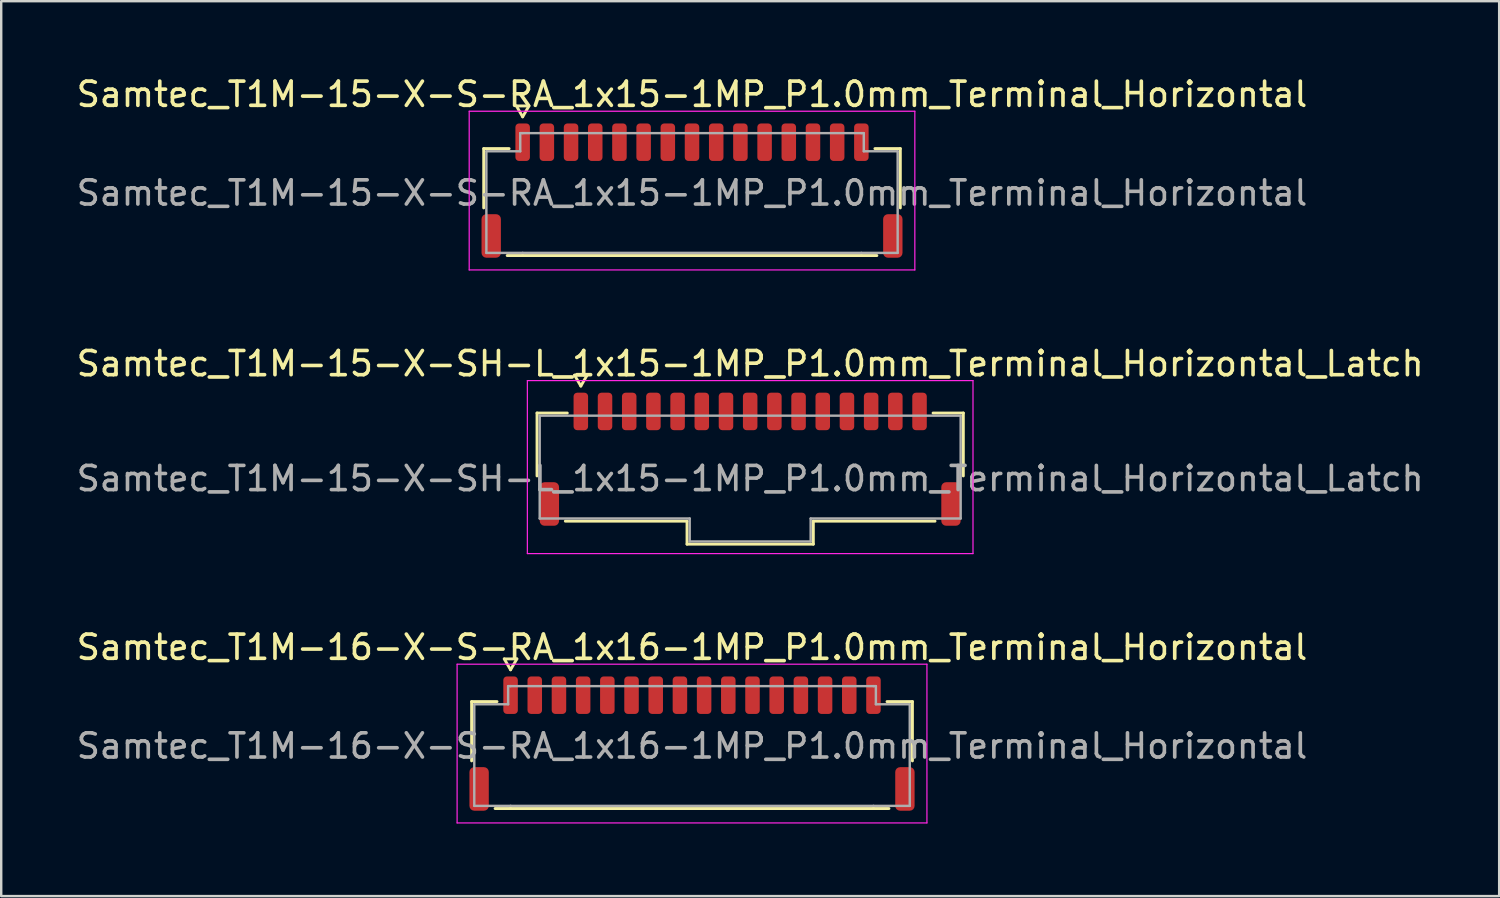
<source format=kicad_pcb>
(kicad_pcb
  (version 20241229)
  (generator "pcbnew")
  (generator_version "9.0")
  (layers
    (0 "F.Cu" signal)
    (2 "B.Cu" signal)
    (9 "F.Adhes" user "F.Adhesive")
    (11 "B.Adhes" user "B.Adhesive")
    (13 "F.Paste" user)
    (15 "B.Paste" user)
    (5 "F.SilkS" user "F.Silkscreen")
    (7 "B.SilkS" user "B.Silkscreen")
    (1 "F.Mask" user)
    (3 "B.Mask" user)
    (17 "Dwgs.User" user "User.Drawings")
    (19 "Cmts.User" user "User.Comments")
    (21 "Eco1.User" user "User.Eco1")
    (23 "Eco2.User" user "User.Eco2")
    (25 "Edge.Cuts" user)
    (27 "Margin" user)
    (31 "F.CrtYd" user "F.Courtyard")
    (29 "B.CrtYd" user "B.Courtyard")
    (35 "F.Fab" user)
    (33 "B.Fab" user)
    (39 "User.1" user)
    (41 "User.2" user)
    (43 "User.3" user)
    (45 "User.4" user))
  (footprint "Samtec_T1M-16-X-S-RA_1x16-1MP_P1.0mm_Terminal_Horizontal"
    (layer "F.Cu")
    (at 25.554 27.785)
    (property "Reference" "Samtec_T1M-16-X-S-RA_1x16-1MP_P1.0mm_Terminal_Horizontal" (at 0 -4.08 0) (layer "F.SilkS") (effects (font (size 1 1) (thickness 0.15))))
    (attr smd)
    (fp_line (start -9.11 -1.835) (end -8.06 -1.835) (stroke (width 0.12) (type solid)) (layer "F.SilkS"))
    (fp_line (start -9.11 0.615) (end -9.11 -1.835) (stroke (width 0.12) (type solid)) (layer "F.SilkS"))
    (fp_line (start -7.76 -3.6) (end -7.5 -3.15) (stroke (width 0.12) (type solid)) (layer "F.SilkS"))
    (fp_line (start -7.5 -3.15) (end -7.24 -3.6) (stroke (width 0.12) (type solid)) (layer "F.SilkS"))
    (fp_line (start -7.5 2.585) (end -8.14 2.585) (stroke (width 0.12) (type solid)) (layer "F.SilkS"))
    (fp_line (start -7.24 -3.6) (end -7.76 -3.6) (stroke (width 0.12) (type solid)) (layer "F.SilkS"))
    (fp_line (start 7.5 2.585) (end -7.5 2.585) (stroke (width 0.12) (type solid)) (layer "F.SilkS"))
    (fp_line (start 8.06 -1.835) (end 9.11 -1.835) (stroke (width 0.12) (type solid)) (layer "F.SilkS"))
    (fp_line (start 8.14 2.585) (end 7.5 2.585) (stroke (width 0.12) (type solid)) (layer "F.SilkS"))
    (fp_line (start 9.11 -1.835) (end 9.11 0.615) (stroke (width 0.12) (type solid)) (layer "F.SilkS"))
    (fp_line (start -9.71 -3.38) (end -9.71 3.18) (stroke (width 0.05) (type solid)) (layer "F.CrtYd"))
    (fp_line (start -9.71 3.18) (end 9.71 3.18) (stroke (width 0.05) (type solid)) (layer "F.CrtYd"))
    (fp_line (start 9.71 -3.38) (end -9.71 -3.38) (stroke (width 0.05) (type solid)) (layer "F.CrtYd"))
    (fp_line (start 9.71 3.18) (end 9.71 -3.38) (stroke (width 0.05) (type solid)) (layer "F.CrtYd"))
    (fp_line (start -9 -1.725) (end -7.6 -1.725) (stroke (width 0.1) (type solid)) (layer "F.Fab"))
    (fp_line (start -9 2.475) (end -9 -1.725) (stroke (width 0.1) (type solid)) (layer "F.Fab"))
    (fp_line (start -7.6 -2.475) (end -7.5 -2.475) (stroke (width 0.1) (type solid)) (layer "F.Fab"))
    (fp_line (start -7.6 -1.725) (end -7.6 -2.475) (stroke (width 0.1) (type solid)) (layer "F.Fab"))
    (fp_line (start -7.5 -2.475) (end 7.5 -2.475) (stroke (width 0.1) (type solid)) (layer "F.Fab"))
    (fp_line (start -7.5 2.475) (end -9 2.475) (stroke (width 0.1) (type solid)) (layer "F.Fab"))
    (fp_line (start 7.5 -2.475) (end 7.6 -2.475) (stroke (width 0.1) (type solid)) (layer "F.Fab"))
    (fp_line (start 7.5 2.475) (end -7.5 2.475) (stroke (width 0.1) (type solid)) (layer "F.Fab"))
    (fp_line (start 7.6 -2.475) (end 7.6 -1.725) (stroke (width 0.1) (type solid)) (layer "F.Fab"))
    (fp_line (start 7.6 -1.725) (end 9 -1.725) (stroke (width 0.1) (type solid)) (layer "F.Fab"))
    (fp_line (start 9 -1.725) (end 9 2.475) (stroke (width 0.1) (type solid)) (layer "F.Fab"))
    (fp_line (start 9 2.475) (end 7.5 2.475) (stroke (width 0.1) (type solid)) (layer "F.Fab"))
    (fp_text user "${REFERENCE}" (at 0 0 0) (layer "F.Fab") (effects (font (size 1 1) (thickness 0.15))))
    (pad "1" smd roundrect (at -7.5 -2.1) (size 0.6 1.55) (layers "F.Cu" "F.Mask" "F.Paste") (roundrect_rratio 0.25))
    (pad "2" smd roundrect (at -6.5 -2.1) (size 0.6 1.55) (layers "F.Cu" "F.Mask" "F.Paste") (roundrect_rratio 0.25))
    (pad "3" smd roundrect (at -5.5 -2.1) (size 0.6 1.55) (layers "F.Cu" "F.Mask" "F.Paste") (roundrect_rratio 0.25))
    (pad "4" smd roundrect (at -4.5 -2.1) (size 0.6 1.55) (layers "F.Cu" "F.Mask" "F.Paste") (roundrect_rratio 0.25))
    (pad "5" smd roundrect (at -3.5 -2.1) (size 0.6 1.55) (layers "F.Cu" "F.Mask" "F.Paste") (roundrect_rratio 0.25))
    (pad "6" smd roundrect (at -2.5 -2.1) (size 0.6 1.55) (layers "F.Cu" "F.Mask" "F.Paste") (roundrect_rratio 0.25))
    (pad "7" smd roundrect (at -1.5 -2.1) (size 0.6 1.55) (layers "F.Cu" "F.Mask" "F.Paste") (roundrect_rratio 0.25))
    (pad "8" smd roundrect (at -0.5 -2.1) (size 0.6 1.55) (layers "F.Cu" "F.Mask" "F.Paste") (roundrect_rratio 0.25))
    (pad "9" smd roundrect (at 0.5 -2.1) (size 0.6 1.55) (layers "F.Cu" "F.Mask" "F.Paste") (roundrect_rratio 0.25))
    (pad "10" smd roundrect (at 1.5 -2.1) (size 0.6 1.55) (layers "F.Cu" "F.Mask" "F.Paste") (roundrect_rratio 0.25))
    (pad "11" smd roundrect (at 2.5 -2.1) (size 0.6 1.55) (layers "F.Cu" "F.Mask" "F.Paste") (roundrect_rratio 0.25))
    (pad "12" smd roundrect (at 3.5 -2.1) (size 0.6 1.55) (layers "F.Cu" "F.Mask" "F.Paste") (roundrect_rratio 0.25))
    (pad "13" smd roundrect (at 4.5 -2.1) (size 0.6 1.55) (layers "F.Cu" "F.Mask" "F.Paste") (roundrect_rratio 0.25))
    (pad "14" smd roundrect (at 5.5 -2.1) (size 0.6 1.55) (layers "F.Cu" "F.Mask" "F.Paste") (roundrect_rratio 0.25))
    (pad "15" smd roundrect (at 6.5 -2.1) (size 0.6 1.55) (layers "F.Cu" "F.Mask" "F.Paste") (roundrect_rratio 0.25))
    (pad "16" smd roundrect (at 7.5 -2.1) (size 0.6 1.55) (layers "F.Cu" "F.Mask" "F.Paste") (roundrect_rratio 0.25))
    (pad "MP" smd roundrect (at -8.8 1.775) (size 0.8 1.8) (layers "F.Cu" "F.Mask" "F.Paste") (roundrect_rratio 0.25))
    (pad "MP" smd roundrect (at 8.8 1.775) (size 0.8 1.8) (layers "F.Cu" "F.Mask" "F.Paste") (roundrect_rratio 0.25)))
  (footprint "Samtec_T1M-15-X-SH-L_1x15-1MP_P1.0mm_Terminal_Horizontal_Latch"
    (layer "F.Cu")
    (at 27.958 16.732)
    (property "Reference" "Samtec_T1M-15-X-SH-L_1x15-1MP_P1.0mm_Terminal_Horizontal_Latch" (at 0 -4.75 0) (layer "F.SilkS") (effects (font (size 1 1) (thickness 0.15))))
    (attr smd)
    (fp_line (start -8.81 -2.71) (end -7.56 -2.71) (stroke (width 0.12) (type solid)) (layer "F.SilkS"))
    (fp_line (start -8.81 -0.11) (end -8.81 -2.71) (stroke (width 0.12) (type solid)) (layer "F.SilkS"))
    (fp_line (start -7.26 -4.275) (end -7 -3.825) (stroke (width 0.12) (type solid)) (layer "F.SilkS"))
    (fp_line (start -7 -3.825) (end -6.74 -4.275) (stroke (width 0.12) (type solid)) (layer "F.SilkS"))
    (fp_line (start -6.74 -4.275) (end -7.26 -4.275) (stroke (width 0.12) (type solid)) (layer "F.SilkS"))
    (fp_line (start -2.61 1.76) (end -7.64 1.76) (stroke (width 0.12) (type solid)) (layer "F.SilkS"))
    (fp_line (start -2.61 2.71) (end -2.61 1.76) (stroke (width 0.12) (type solid)) (layer "F.SilkS"))
    (fp_line (start 2.61 1.76) (end 2.61 2.71) (stroke (width 0.12) (type solid)) (layer "F.SilkS"))
    (fp_line (start 2.61 2.71) (end -2.61 2.71) (stroke (width 0.12) (type solid)) (layer "F.SilkS"))
    (fp_line (start 7.56 -2.71) (end 8.81 -2.71) (stroke (width 0.12) (type solid)) (layer "F.SilkS"))
    (fp_line (start 7.64 1.76) (end 2.61 1.76) (stroke (width 0.12) (type solid)) (layer "F.SilkS"))
    (fp_line (start 8.81 -2.71) (end 8.81 -0.11) (stroke (width 0.12) (type solid)) (layer "F.SilkS"))
    (fp_line (start -9.21 -4.05) (end -9.21 3.1) (stroke (width 0.05) (type solid)) (layer "F.CrtYd"))
    (fp_line (start -9.21 3.1) (end 9.21 3.1) (stroke (width 0.05) (type solid)) (layer "F.CrtYd"))
    (fp_line (start 9.21 -4.05) (end -9.21 -4.05) (stroke (width 0.05) (type solid)) (layer "F.CrtYd"))
    (fp_line (start 9.21 3.1) (end 9.21 -4.05) (stroke (width 0.05) (type solid)) (layer "F.CrtYd"))
    (fp_line (start -8.7 -2.6) (end 8.7 -2.6) (stroke (width 0.1) (type solid)) (layer "F.Fab"))
    (fp_line (start -8.7 1.65) (end -8.7 -2.6) (stroke (width 0.1) (type solid)) (layer "F.Fab"))
    (fp_line (start -2.5 1.65) (end -8.7 1.65) (stroke (width 0.1) (type solid)) (layer "F.Fab"))
    (fp_line (start -2.5 2.6) (end -2.5 1.65) (stroke (width 0.1) (type solid)) (layer "F.Fab"))
    (fp_line (start 2.5 1.65) (end 2.5 2.6) (stroke (width 0.1) (type solid)) (layer "F.Fab"))
    (fp_line (start 2.5 2.6) (end -2.5 2.6) (stroke (width 0.1) (type solid)) (layer "F.Fab"))
    (fp_line (start 8.7 -2.6) (end 8.7 1.65) (stroke (width 0.1) (type solid)) (layer "F.Fab"))
    (fp_line (start 8.7 1.65) (end 2.5 1.65) (stroke (width 0.1) (type solid)) (layer "F.Fab"))
    (fp_text user "${REFERENCE}" (at 0 0 0) (layer "F.Fab") (effects (font (size 1 1) (thickness 0.15))))
    (pad "1" smd roundrect (at -7 -2.775) (size 0.6 1.55) (layers "F.Cu" "F.Mask" "F.Paste") (roundrect_rratio 0.25))
    (pad "2" smd roundrect (at -6 -2.775) (size 0.6 1.55) (layers "F.Cu" "F.Mask" "F.Paste") (roundrect_rratio 0.25))
    (pad "3" smd roundrect (at -5 -2.775) (size 0.6 1.55) (layers "F.Cu" "F.Mask" "F.Paste") (roundrect_rratio 0.25))
    (pad "4" smd roundrect (at -4 -2.775) (size 0.6 1.55) (layers "F.Cu" "F.Mask" "F.Paste") (roundrect_rratio 0.25))
    (pad "5" smd roundrect (at -3 -2.775) (size 0.6 1.55) (layers "F.Cu" "F.Mask" "F.Paste") (roundrect_rratio 0.25))
    (pad "6" smd roundrect (at -2 -2.775) (size 0.6 1.55) (layers "F.Cu" "F.Mask" "F.Paste") (roundrect_rratio 0.25))
    (pad "7" smd roundrect (at -1 -2.775) (size 0.6 1.55) (layers "F.Cu" "F.Mask" "F.Paste") (roundrect_rratio 0.25))
    (pad "8" smd roundrect (at 0 -2.775) (size 0.6 1.55) (layers "F.Cu" "F.Mask" "F.Paste") (roundrect_rratio 0.25))
    (pad "9" smd roundrect (at 1 -2.775) (size 0.6 1.55) (layers "F.Cu" "F.Mask" "F.Paste") (roundrect_rratio 0.25))
    (pad "10" smd roundrect (at 2 -2.775) (size 0.6 1.55) (layers "F.Cu" "F.Mask" "F.Paste") (roundrect_rratio 0.25))
    (pad "11" smd roundrect (at 3 -2.775) (size 0.6 1.55) (layers "F.Cu" "F.Mask" "F.Paste") (roundrect_rratio 0.25))
    (pad "12" smd roundrect (at 4 -2.775) (size 0.6 1.55) (layers "F.Cu" "F.Mask" "F.Paste") (roundrect_rratio 0.25))
    (pad "13" smd roundrect (at 5 -2.775) (size 0.6 1.55) (layers "F.Cu" "F.Mask" "F.Paste") (roundrect_rratio 0.25))
    (pad "14" smd roundrect (at 6 -2.775) (size 0.6 1.55) (layers "F.Cu" "F.Mask" "F.Paste") (roundrect_rratio 0.25))
    (pad "15" smd roundrect (at 7 -2.775) (size 0.6 1.55) (layers "F.Cu" "F.Mask" "F.Paste") (roundrect_rratio 0.25))
    (pad "MP" smd roundrect (at -8.3 1.05) (size 0.8 1.8) (layers "F.Cu" "F.Mask" "F.Paste") (roundrect_rratio 0.25))
    (pad "MP" smd roundrect (at 8.3 1.05) (size 0.8 1.8) (layers "F.Cu" "F.Mask" "F.Paste") (roundrect_rratio 0.25)))
  (footprint "Samtec_T1M-15-X-S-RA_1x15-1MP_P1.0mm_Terminal_Horizontal"
    (layer "F.Cu")
    (at 25.554 4.928)
    (property "Reference" "Samtec_T1M-15-X-S-RA_1x15-1MP_P1.0mm_Terminal_Horizontal" (at 0 -4.08 0) (layer "F.SilkS") (effects (font (size 1 1) (thickness 0.15))))
    (attr smd)
    (fp_line (start -8.61 -1.835) (end -7.56 -1.835) (stroke (width 0.12) (type solid)) (layer "F.SilkS"))
    (fp_line (start -8.61 0.615) (end -8.61 -1.835) (stroke (width 0.12) (type solid)) (layer "F.SilkS"))
    (fp_line (start -7.26 -3.6) (end -7 -3.15) (stroke (width 0.12) (type solid)) (layer "F.SilkS"))
    (fp_line (start -7 -3.15) (end -6.74 -3.6) (stroke (width 0.12) (type solid)) (layer "F.SilkS"))
    (fp_line (start -7 2.585) (end -7.64 2.585) (stroke (width 0.12) (type solid)) (layer "F.SilkS"))
    (fp_line (start -6.74 -3.6) (end -7.26 -3.6) (stroke (width 0.12) (type solid)) (layer "F.SilkS"))
    (fp_line (start 7 2.585) (end -7 2.585) (stroke (width 0.12) (type solid)) (layer "F.SilkS"))
    (fp_line (start 7.56 -1.835) (end 8.61 -1.835) (stroke (width 0.12) (type solid)) (layer "F.SilkS"))
    (fp_line (start 7.64 2.585) (end 7 2.585) (stroke (width 0.12) (type solid)) (layer "F.SilkS"))
    (fp_line (start 8.61 -1.835) (end 8.61 0.615) (stroke (width 0.12) (type solid)) (layer "F.SilkS"))
    (fp_line (start -9.21 -3.38) (end -9.21 3.18) (stroke (width 0.05) (type solid)) (layer "F.CrtYd"))
    (fp_line (start -9.21 3.18) (end 9.21 3.18) (stroke (width 0.05) (type solid)) (layer "F.CrtYd"))
    (fp_line (start 9.21 -3.38) (end -9.21 -3.38) (stroke (width 0.05) (type solid)) (layer "F.CrtYd"))
    (fp_line (start 9.21 3.18) (end 9.21 -3.38) (stroke (width 0.05) (type solid)) (layer "F.CrtYd"))
    (fp_line (start -8.5 -1.725) (end -7.1 -1.725) (stroke (width 0.1) (type solid)) (layer "F.Fab"))
    (fp_line (start -8.5 2.475) (end -8.5 -1.725) (stroke (width 0.1) (type solid)) (layer "F.Fab"))
    (fp_line (start -7.1 -2.475) (end -7 -2.475) (stroke (width 0.1) (type solid)) (layer "F.Fab"))
    (fp_line (start -7.1 -1.725) (end -7.1 -2.475) (stroke (width 0.1) (type solid)) (layer "F.Fab"))
    (fp_line (start -7 -2.475) (end 7 -2.475) (stroke (width 0.1) (type solid)) (layer "F.Fab"))
    (fp_line (start -7 2.475) (end -8.5 2.475) (stroke (width 0.1) (type solid)) (layer "F.Fab"))
    (fp_line (start 7 -2.475) (end 7.1 -2.475) (stroke (width 0.1) (type solid)) (layer "F.Fab"))
    (fp_line (start 7 2.475) (end -7 2.475) (stroke (width 0.1) (type solid)) (layer "F.Fab"))
    (fp_line (start 7.1 -2.475) (end 7.1 -1.725) (stroke (width 0.1) (type solid)) (layer "F.Fab"))
    (fp_line (start 7.1 -1.725) (end 8.5 -1.725) (stroke (width 0.1) (type solid)) (layer "F.Fab"))
    (fp_line (start 8.5 -1.725) (end 8.5 2.475) (stroke (width 0.1) (type solid)) (layer "F.Fab"))
    (fp_line (start 8.5 2.475) (end 7 2.475) (stroke (width 0.1) (type solid)) (layer "F.Fab"))
    (fp_text user "${REFERENCE}" (at 0 0 0) (layer "F.Fab") (effects (font (size 1 1) (thickness 0.15))))
    (pad "1" smd roundrect (at -7 -2.1) (size 0.6 1.55) (layers "F.Cu" "F.Mask" "F.Paste") (roundrect_rratio 0.25))
    (pad "2" smd roundrect (at -6 -2.1) (size 0.6 1.55) (layers "F.Cu" "F.Mask" "F.Paste") (roundrect_rratio 0.25))
    (pad "3" smd roundrect (at -5 -2.1) (size 0.6 1.55) (layers "F.Cu" "F.Mask" "F.Paste") (roundrect_rratio 0.25))
    (pad "4" smd roundrect (at -4 -2.1) (size 0.6 1.55) (layers "F.Cu" "F.Mask" "F.Paste") (roundrect_rratio 0.25))
    (pad "5" smd roundrect (at -3 -2.1) (size 0.6 1.55) (layers "F.Cu" "F.Mask" "F.Paste") (roundrect_rratio 0.25))
    (pad "6" smd roundrect (at -2 -2.1) (size 0.6 1.55) (layers "F.Cu" "F.Mask" "F.Paste") (roundrect_rratio 0.25))
    (pad "7" smd roundrect (at -1 -2.1) (size 0.6 1.55) (layers "F.Cu" "F.Mask" "F.Paste") (roundrect_rratio 0.25))
    (pad "8" smd roundrect (at 0 -2.1) (size 0.6 1.55) (layers "F.Cu" "F.Mask" "F.Paste") (roundrect_rratio 0.25))
    (pad "9" smd roundrect (at 1 -2.1) (size 0.6 1.55) (layers "F.Cu" "F.Mask" "F.Paste") (roundrect_rratio 0.25))
    (pad "10" smd roundrect (at 2 -2.1) (size 0.6 1.55) (layers "F.Cu" "F.Mask" "F.Paste") (roundrect_rratio 0.25))
    (pad "11" smd roundrect (at 3 -2.1) (size 0.6 1.55) (layers "F.Cu" "F.Mask" "F.Paste") (roundrect_rratio 0.25))
    (pad "12" smd roundrect (at 4 -2.1) (size 0.6 1.55) (layers "F.Cu" "F.Mask" "F.Paste") (roundrect_rratio 0.25))
    (pad "13" smd roundrect (at 5 -2.1) (size 0.6 1.55) (layers "F.Cu" "F.Mask" "F.Paste") (roundrect_rratio 0.25))
    (pad "14" smd roundrect (at 6 -2.1) (size 0.6 1.55) (layers "F.Cu" "F.Mask" "F.Paste") (roundrect_rratio 0.25))
    (pad "15" smd roundrect (at 7 -2.1) (size 0.6 1.55) (layers "F.Cu" "F.Mask" "F.Paste") (roundrect_rratio 0.25))
    (pad "MP" smd roundrect (at -8.3 1.775) (size 0.8 1.8) (layers "F.Cu" "F.Mask" "F.Paste") (roundrect_rratio 0.25))
    (pad "MP" smd roundrect (at 8.3 1.775) (size 0.8 1.8) (layers "F.Cu" "F.Mask" "F.Paste") (roundrect_rratio 0.25)))
  (gr_rect
    (start -3 -3)
    (end 58.917 33.99)
    (stroke (width 0.1) (type default))
    (fill no)
    (layer "Edge.Cuts")))
</source>
